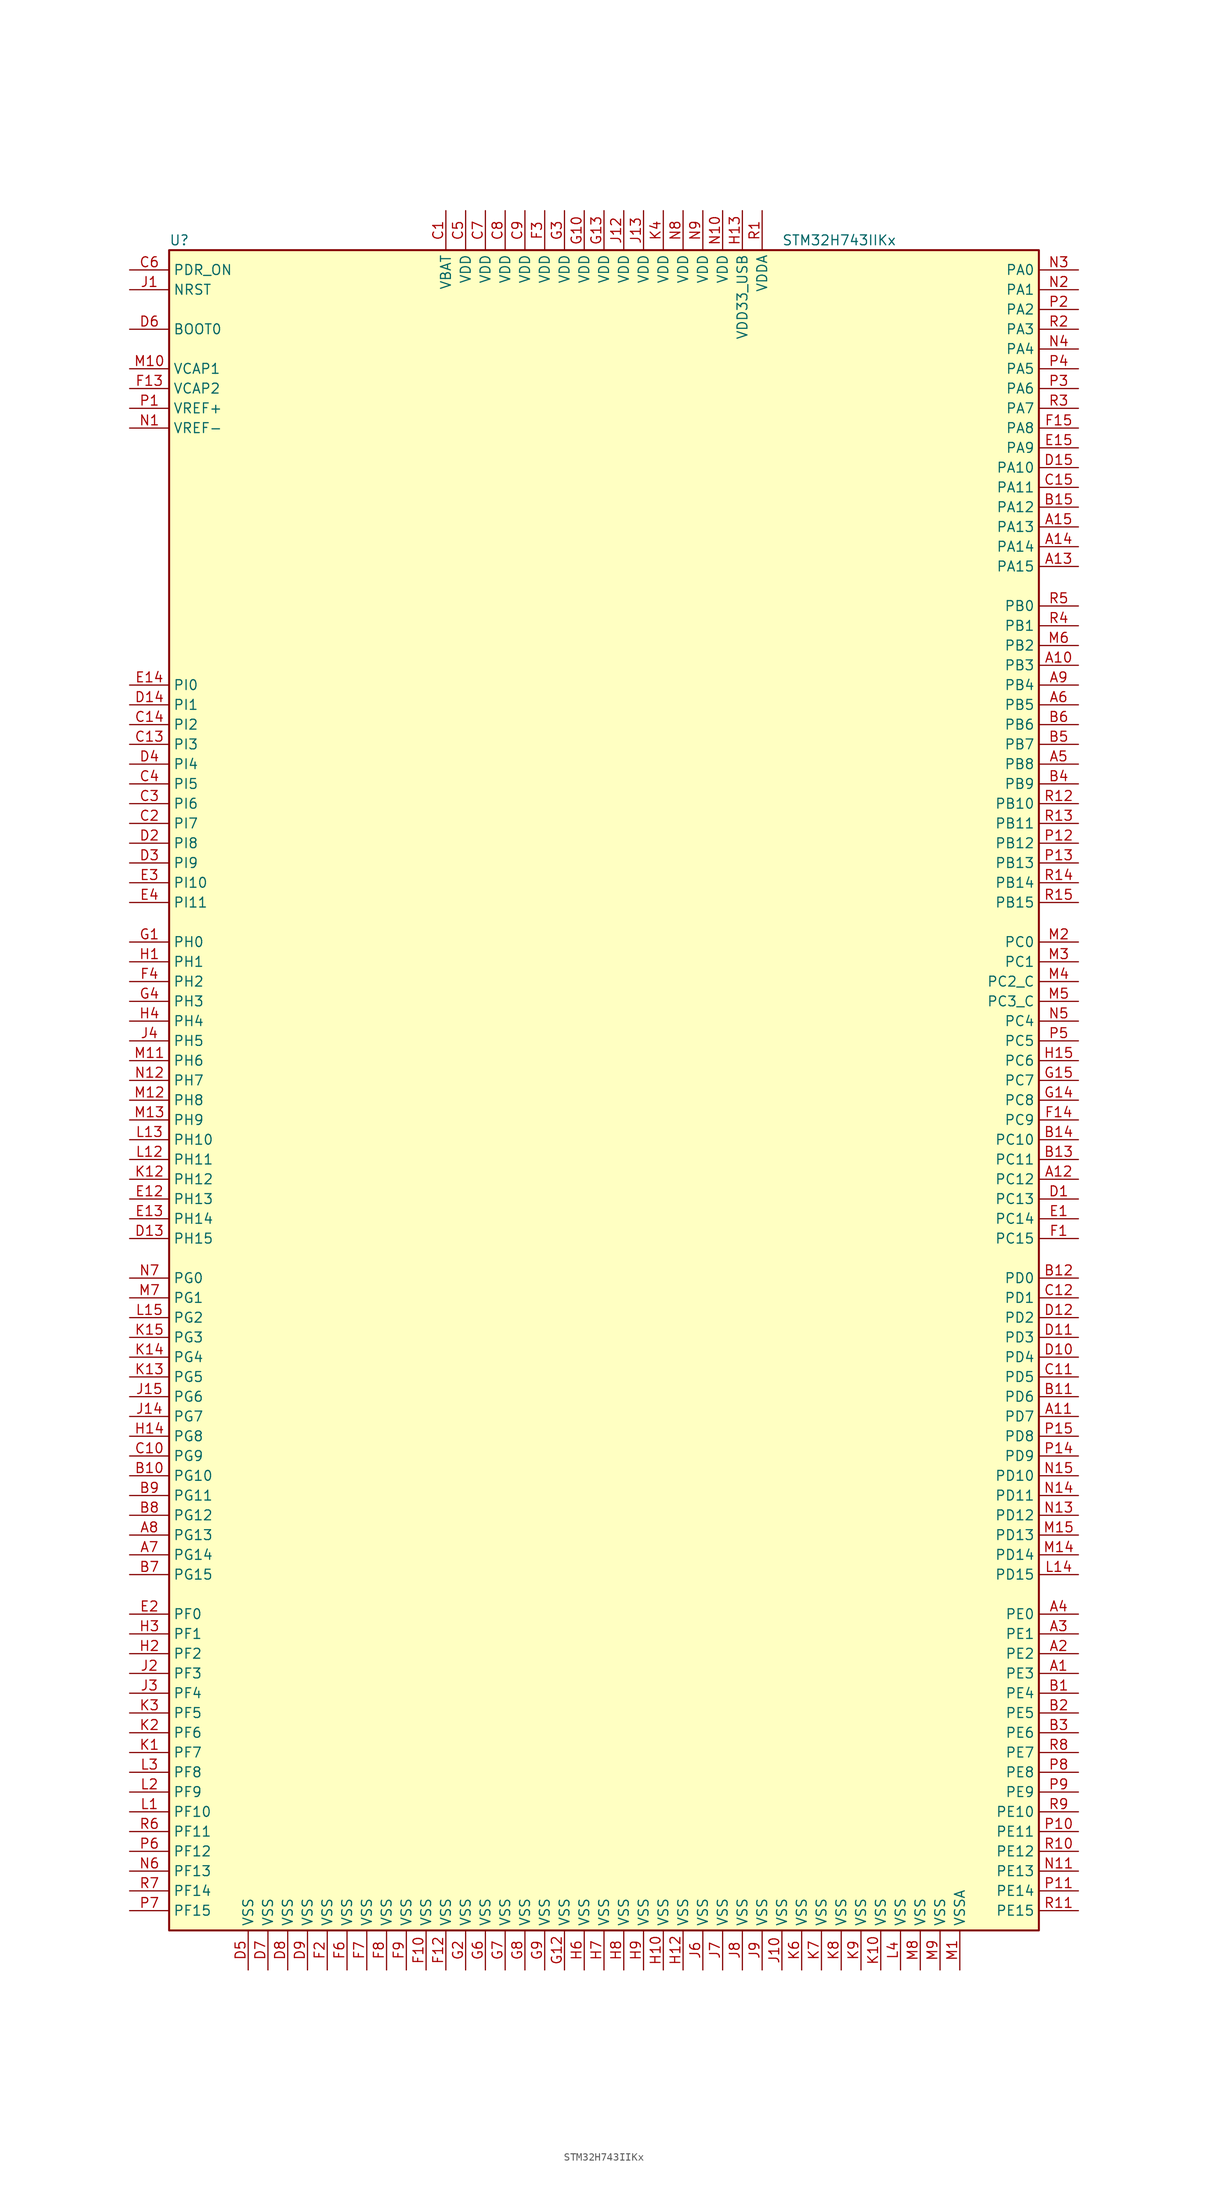
<source format=kicad_sym>
(kicad_symbol_lib
  (version 20201005)
  (generator kicad_symbol_editor)
  (symbol "MCU_ST_STM32H7:STM32H743IIKx"
    (property "Reference" "U"
      (at -55.88 107.95 0)
      (effects (font (size 1.27 1.27)) (justify left)))
    (property "Value" "STM32H743IIKx"
      (at 22.86 107.95 0)
      (effects (font (size 1.27 1.27)) (justify left)))
    (symbol "STM32H743IIKx_0_1"
      (rectangle (start -55.88 -109.22) (end 55.88 106.68) (stroke (width 0.254)) (fill (type background))))
    (symbol "STM32H743IIKx_1_1"
      (pin input line (at -60.96 96.52 0) (length 5.08) (name "BOOT0" (effects (font (size 1.27 1.27)))) (number "D6" (effects (font (size 1.27 1.27)))))
      (pin input line (at -60.96 101.6 0) (length 5.08) (name "NRST" (effects (font (size 1.27 1.27)))) (number "J1" (effects (font (size 1.27 1.27)))))
      (pin bidirectional line (at 60.96 104.14 180) (length 5.08) (name "PA0" (effects (font (size 1.27 1.27)))) (number "N3" (effects (font (size 1.27 1.27)))))
      (pin bidirectional line (at 60.96 101.6 180) (length 5.08) (name "PA1" (effects (font (size 1.27 1.27)))) (number "N2" (effects (font (size 1.27 1.27)))))
      (pin bidirectional line (at 60.96 78.74 180) (length 5.08) (name "PA10" (effects (font (size 1.27 1.27)))) (number "D15" (effects (font (size 1.27 1.27)))))
      (pin bidirectional line (at 60.96 76.2 180) (length 5.08) (name "PA11" (effects (font (size 1.27 1.27)))) (number "C15" (effects (font (size 1.27 1.27)))))
      (pin bidirectional line (at 60.96 73.66 180) (length 5.08) (name "PA12" (effects (font (size 1.27 1.27)))) (number "B15" (effects (font (size 1.27 1.27)))))
      (pin bidirectional line (at 60.96 71.12 180) (length 5.08) (name "PA13" (effects (font (size 1.27 1.27)))) (number "A15" (effects (font (size 1.27 1.27)))))
      (pin bidirectional line (at 60.96 68.58 180) (length 5.08) (name "PA14" (effects (font (size 1.27 1.27)))) (number "A14" (effects (font (size 1.27 1.27)))))
      (pin bidirectional line (at 60.96 66.04 180) (length 5.08) (name "PA15" (effects (font (size 1.27 1.27)))) (number "A13" (effects (font (size 1.27 1.27)))))
      (pin bidirectional line (at 60.96 99.06 180) (length 5.08) (name "PA2" (effects (font (size 1.27 1.27)))) (number "P2" (effects (font (size 1.27 1.27)))))
      (pin bidirectional line (at 60.96 96.52 180) (length 5.08) (name "PA3" (effects (font (size 1.27 1.27)))) (number "R2" (effects (font (size 1.27 1.27)))))
      (pin bidirectional line (at 60.96 93.98 180) (length 5.08) (name "PA4" (effects (font (size 1.27 1.27)))) (number "N4" (effects (font (size 1.27 1.27)))))
      (pin bidirectional line (at 60.96 91.44 180) (length 5.08) (name "PA5" (effects (font (size 1.27 1.27)))) (number "P4" (effects (font (size 1.27 1.27)))))
      (pin bidirectional line (at 60.96 88.9 180) (length 5.08) (name "PA6" (effects (font (size 1.27 1.27)))) (number "P3" (effects (font (size 1.27 1.27)))))
      (pin bidirectional line (at 60.96 86.36 180) (length 5.08) (name "PA7" (effects (font (size 1.27 1.27)))) (number "R3" (effects (font (size 1.27 1.27)))))
      (pin bidirectional line (at 60.96 83.82 180) (length 5.08) (name "PA8" (effects (font (size 1.27 1.27)))) (number "F15" (effects (font (size 1.27 1.27)))))
      (pin bidirectional line (at 60.96 81.28 180) (length 5.08) (name "PA9" (effects (font (size 1.27 1.27)))) (number "E15" (effects (font (size 1.27 1.27)))))
      (pin bidirectional line (at 60.96 60.96 180) (length 5.08) (name "PB0" (effects (font (size 1.27 1.27)))) (number "R5" (effects (font (size 1.27 1.27)))))
      (pin bidirectional line (at 60.96 58.42 180) (length 5.08) (name "PB1" (effects (font (size 1.27 1.27)))) (number "R4" (effects (font (size 1.27 1.27)))))
      (pin bidirectional line (at 60.96 35.56 180) (length 5.08) (name "PB10" (effects (font (size 1.27 1.27)))) (number "R12" (effects (font (size 1.27 1.27)))))
      (pin bidirectional line (at 60.96 33.02 180) (length 5.08) (name "PB11" (effects (font (size 1.27 1.27)))) (number "R13" (effects (font (size 1.27 1.27)))))
      (pin bidirectional line (at 60.96 30.48 180) (length 5.08) (name "PB12" (effects (font (size 1.27 1.27)))) (number "P12" (effects (font (size 1.27 1.27)))))
      (pin bidirectional line (at 60.96 27.94 180) (length 5.08) (name "PB13" (effects (font (size 1.27 1.27)))) (number "P13" (effects (font (size 1.27 1.27)))))
      (pin bidirectional line (at 60.96 25.4 180) (length 5.08) (name "PB14" (effects (font (size 1.27 1.27)))) (number "R14" (effects (font (size 1.27 1.27)))))
      (pin bidirectional line (at 60.96 22.86 180) (length 5.08) (name "PB15" (effects (font (size 1.27 1.27)))) (number "R15" (effects (font (size 1.27 1.27)))))
      (pin bidirectional line (at 60.96 55.88 180) (length 5.08) (name "PB2" (effects (font (size 1.27 1.27)))) (number "M6" (effects (font (size 1.27 1.27)))))
      (pin bidirectional line (at 60.96 53.34 180) (length 5.08) (name "PB3" (effects (font (size 1.27 1.27)))) (number "A10" (effects (font (size 1.27 1.27)))))
      (pin bidirectional line (at 60.96 50.8 180) (length 5.08) (name "PB4" (effects (font (size 1.27 1.27)))) (number "A9" (effects (font (size 1.27 1.27)))))
      (pin bidirectional line (at 60.96 48.26 180) (length 5.08) (name "PB5" (effects (font (size 1.27 1.27)))) (number "A6" (effects (font (size 1.27 1.27)))))
      (pin bidirectional line (at 60.96 45.72 180) (length 5.08) (name "PB6" (effects (font (size 1.27 1.27)))) (number "B6" (effects (font (size 1.27 1.27)))))
      (pin bidirectional line (at 60.96 43.18 180) (length 5.08) (name "PB7" (effects (font (size 1.27 1.27)))) (number "B5" (effects (font (size 1.27 1.27)))))
      (pin bidirectional line (at 60.96 40.64 180) (length 5.08) (name "PB8" (effects (font (size 1.27 1.27)))) (number "A5" (effects (font (size 1.27 1.27)))))
      (pin bidirectional line (at 60.96 38.1 180) (length 5.08) (name "PB9" (effects (font (size 1.27 1.27)))) (number "B4" (effects (font (size 1.27 1.27)))))
      (pin bidirectional line (at 60.96 17.78 180) (length 5.08) (name "PC0" (effects (font (size 1.27 1.27)))) (number "M2" (effects (font (size 1.27 1.27)))))
      (pin bidirectional line (at 60.96 15.24 180) (length 5.08) (name "PC1" (effects (font (size 1.27 1.27)))) (number "M3" (effects (font (size 1.27 1.27)))))
      (pin bidirectional line (at 60.96 -7.62 180) (length 5.08) (name "PC10" (effects (font (size 1.27 1.27)))) (number "B14" (effects (font (size 1.27 1.27)))))
      (pin bidirectional line (at 60.96 -10.16 180) (length 5.08) (name "PC11" (effects (font (size 1.27 1.27)))) (number "B13" (effects (font (size 1.27 1.27)))))
      (pin bidirectional line (at 60.96 -12.7 180) (length 5.08) (name "PC12" (effects (font (size 1.27 1.27)))) (number "A12" (effects (font (size 1.27 1.27)))))
      (pin bidirectional line (at 60.96 -15.24 180) (length 5.08) (name "PC13" (effects (font (size 1.27 1.27)))) (number "D1" (effects (font (size 1.27 1.27)))))
      (pin bidirectional line (at 60.96 -17.78 180) (length 5.08) (name "PC14" (effects (font (size 1.27 1.27)))) (number "E1" (effects (font (size 1.27 1.27)))))
      (pin bidirectional line (at 60.96 -20.32 180) (length 5.08) (name "PC15" (effects (font (size 1.27 1.27)))) (number "F1" (effects (font (size 1.27 1.27)))))
      (pin bidirectional line (at 60.96 12.7 180) (length 5.08) (name "PC2_C" (effects (font (size 1.27 1.27)))) (number "M4" (effects (font (size 1.27 1.27)))))
      (pin bidirectional line (at 60.96 10.16 180) (length 5.08) (name "PC3_C" (effects (font (size 1.27 1.27)))) (number "M5" (effects (font (size 1.27 1.27)))))
      (pin bidirectional line (at 60.96 7.62 180) (length 5.08) (name "PC4" (effects (font (size 1.27 1.27)))) (number "N5" (effects (font (size 1.27 1.27)))))
      (pin bidirectional line (at 60.96 5.08 180) (length 5.08) (name "PC5" (effects (font (size 1.27 1.27)))) (number "P5" (effects (font (size 1.27 1.27)))))
      (pin bidirectional line (at 60.96 2.54 180) (length 5.08) (name "PC6" (effects (font (size 1.27 1.27)))) (number "H15" (effects (font (size 1.27 1.27)))))
      (pin bidirectional line (at 60.96 0 180) (length 5.08) (name "PC7" (effects (font (size 1.27 1.27)))) (number "G15" (effects (font (size 1.27 1.27)))))
      (pin bidirectional line (at 60.96 -2.54 180) (length 5.08) (name "PC8" (effects (font (size 1.27 1.27)))) (number "G14" (effects (font (size 1.27 1.27)))))
      (pin bidirectional line (at 60.96 -5.08 180) (length 5.08) (name "PC9" (effects (font (size 1.27 1.27)))) (number "F14" (effects (font (size 1.27 1.27)))))
      (pin bidirectional line (at 60.96 -25.4 180) (length 5.08) (name "PD0" (effects (font (size 1.27 1.27)))) (number "B12" (effects (font (size 1.27 1.27)))))
      (pin bidirectional line (at 60.96 -27.94 180) (length 5.08) (name "PD1" (effects (font (size 1.27 1.27)))) (number "C12" (effects (font (size 1.27 1.27)))))
      (pin bidirectional line (at 60.96 -50.8 180) (length 5.08) (name "PD10" (effects (font (size 1.27 1.27)))) (number "N15" (effects (font (size 1.27 1.27)))))
      (pin bidirectional line (at 60.96 -53.34 180) (length 5.08) (name "PD11" (effects (font (size 1.27 1.27)))) (number "N14" (effects (font (size 1.27 1.27)))))
      (pin bidirectional line (at 60.96 -55.88 180) (length 5.08) (name "PD12" (effects (font (size 1.27 1.27)))) (number "N13" (effects (font (size 1.27 1.27)))))
      (pin bidirectional line (at 60.96 -58.42 180) (length 5.08) (name "PD13" (effects (font (size 1.27 1.27)))) (number "M15" (effects (font (size 1.27 1.27)))))
      (pin bidirectional line (at 60.96 -60.96 180) (length 5.08) (name "PD14" (effects (font (size 1.27 1.27)))) (number "M14" (effects (font (size 1.27 1.27)))))
      (pin bidirectional line (at 60.96 -63.5 180) (length 5.08) (name "PD15" (effects (font (size 1.27 1.27)))) (number "L14" (effects (font (size 1.27 1.27)))))
      (pin bidirectional line (at 60.96 -30.48 180) (length 5.08) (name "PD2" (effects (font (size 1.27 1.27)))) (number "D12" (effects (font (size 1.27 1.27)))))
      (pin bidirectional line (at 60.96 -33.02 180) (length 5.08) (name "PD3" (effects (font (size 1.27 1.27)))) (number "D11" (effects (font (size 1.27 1.27)))))
      (pin bidirectional line (at 60.96 -35.56 180) (length 5.08) (name "PD4" (effects (font (size 1.27 1.27)))) (number "D10" (effects (font (size 1.27 1.27)))))
      (pin bidirectional line (at 60.96 -38.1 180) (length 5.08) (name "PD5" (effects (font (size 1.27 1.27)))) (number "C11" (effects (font (size 1.27 1.27)))))
      (pin bidirectional line (at 60.96 -40.64 180) (length 5.08) (name "PD6" (effects (font (size 1.27 1.27)))) (number "B11" (effects (font (size 1.27 1.27)))))
      (pin bidirectional line (at 60.96 -43.18 180) (length 5.08) (name "PD7" (effects (font (size 1.27 1.27)))) (number "A11" (effects (font (size 1.27 1.27)))))
      (pin bidirectional line (at 60.96 -45.72 180) (length 5.08) (name "PD8" (effects (font (size 1.27 1.27)))) (number "P15" (effects (font (size 1.27 1.27)))))
      (pin bidirectional line (at 60.96 -48.26 180) (length 5.08) (name "PD9" (effects (font (size 1.27 1.27)))) (number "P14" (effects (font (size 1.27 1.27)))))
      (pin input line (at -60.96 104.14 0) (length 5.08) (name "PDR_ON" (effects (font (size 1.27 1.27)))) (number "C6" (effects (font (size 1.27 1.27)))))
      (pin bidirectional line (at 60.96 -68.58 180) (length 5.08) (name "PE0" (effects (font (size 1.27 1.27)))) (number "A4" (effects (font (size 1.27 1.27)))))
      (pin bidirectional line (at 60.96 -71.12 180) (length 5.08) (name "PE1" (effects (font (size 1.27 1.27)))) (number "A3" (effects (font (size 1.27 1.27)))))
      (pin bidirectional line (at 60.96 -93.98 180) (length 5.08) (name "PE10" (effects (font (size 1.27 1.27)))) (number "R9" (effects (font (size 1.27 1.27)))))
      (pin bidirectional line (at 60.96 -96.52 180) (length 5.08) (name "PE11" (effects (font (size 1.27 1.27)))) (number "P10" (effects (font (size 1.27 1.27)))))
      (pin bidirectional line (at 60.96 -99.06 180) (length 5.08) (name "PE12" (effects (font (size 1.27 1.27)))) (number "R10" (effects (font (size 1.27 1.27)))))
      (pin bidirectional line (at 60.96 -101.6 180) (length 5.08) (name "PE13" (effects (font (size 1.27 1.27)))) (number "N11" (effects (font (size 1.27 1.27)))))
      (pin bidirectional line (at 60.96 -104.14 180) (length 5.08) (name "PE14" (effects (font (size 1.27 1.27)))) (number "P11" (effects (font (size 1.27 1.27)))))
      (pin bidirectional line (at 60.96 -106.68 180) (length 5.08) (name "PE15" (effects (font (size 1.27 1.27)))) (number "R11" (effects (font (size 1.27 1.27)))))
      (pin bidirectional line (at 60.96 -73.66 180) (length 5.08) (name "PE2" (effects (font (size 1.27 1.27)))) (number "A2" (effects (font (size 1.27 1.27)))))
      (pin bidirectional line (at 60.96 -76.2 180) (length 5.08) (name "PE3" (effects (font (size 1.27 1.27)))) (number "A1" (effects (font (size 1.27 1.27)))))
      (pin bidirectional line (at 60.96 -78.74 180) (length 5.08) (name "PE4" (effects (font (size 1.27 1.27)))) (number "B1" (effects (font (size 1.27 1.27)))))
      (pin bidirectional line (at 60.96 -81.28 180) (length 5.08) (name "PE5" (effects (font (size 1.27 1.27)))) (number "B2" (effects (font (size 1.27 1.27)))))
      (pin bidirectional line (at 60.96 -83.82 180) (length 5.08) (name "PE6" (effects (font (size 1.27 1.27)))) (number "B3" (effects (font (size 1.27 1.27)))))
      (pin bidirectional line (at 60.96 -86.36 180) (length 5.08) (name "PE7" (effects (font (size 1.27 1.27)))) (number "R8" (effects (font (size 1.27 1.27)))))
      (pin bidirectional line (at 60.96 -88.9 180) (length 5.08) (name "PE8" (effects (font (size 1.27 1.27)))) (number "P8" (effects (font (size 1.27 1.27)))))
      (pin bidirectional line (at 60.96 -91.44 180) (length 5.08) (name "PE9" (effects (font (size 1.27 1.27)))) (number "P9" (effects (font (size 1.27 1.27)))))
      (pin bidirectional line (at -60.96 -68.58 0) (length 5.08) (name "PF0" (effects (font (size 1.27 1.27)))) (number "E2" (effects (font (size 1.27 1.27)))))
      (pin bidirectional line (at -60.96 -71.12 0) (length 5.08) (name "PF1" (effects (font (size 1.27 1.27)))) (number "H3" (effects (font (size 1.27 1.27)))))
      (pin bidirectional line (at -60.96 -93.98 0) (length 5.08) (name "PF10" (effects (font (size 1.27 1.27)))) (number "L1" (effects (font (size 1.27 1.27)))))
      (pin bidirectional line (at -60.96 -96.52 0) (length 5.08) (name "PF11" (effects (font (size 1.27 1.27)))) (number "R6" (effects (font (size 1.27 1.27)))))
      (pin bidirectional line (at -60.96 -99.06 0) (length 5.08) (name "PF12" (effects (font (size 1.27 1.27)))) (number "P6" (effects (font (size 1.27 1.27)))))
      (pin bidirectional line (at -60.96 -101.6 0) (length 5.08) (name "PF13" (effects (font (size 1.27 1.27)))) (number "N6" (effects (font (size 1.27 1.27)))))
      (pin bidirectional line (at -60.96 -104.14 0) (length 5.08) (name "PF14" (effects (font (size 1.27 1.27)))) (number "R7" (effects (font (size 1.27 1.27)))))
      (pin bidirectional line (at -60.96 -106.68 0) (length 5.08) (name "PF15" (effects (font (size 1.27 1.27)))) (number "P7" (effects (font (size 1.27 1.27)))))
      (pin bidirectional line (at -60.96 -73.66 0) (length 5.08) (name "PF2" (effects (font (size 1.27 1.27)))) (number "H2" (effects (font (size 1.27 1.27)))))
      (pin bidirectional line (at -60.96 -76.2 0) (length 5.08) (name "PF3" (effects (font (size 1.27 1.27)))) (number "J2" (effects (font (size 1.27 1.27)))))
      (pin bidirectional line (at -60.96 -78.74 0) (length 5.08) (name "PF4" (effects (font (size 1.27 1.27)))) (number "J3" (effects (font (size 1.27 1.27)))))
      (pin bidirectional line (at -60.96 -81.28 0) (length 5.08) (name "PF5" (effects (font (size 1.27 1.27)))) (number "K3" (effects (font (size 1.27 1.27)))))
      (pin bidirectional line (at -60.96 -83.82 0) (length 5.08) (name "PF6" (effects (font (size 1.27 1.27)))) (number "K2" (effects (font (size 1.27 1.27)))))
      (pin bidirectional line (at -60.96 -86.36 0) (length 5.08) (name "PF7" (effects (font (size 1.27 1.27)))) (number "K1" (effects (font (size 1.27 1.27)))))
      (pin bidirectional line (at -60.96 -88.9 0) (length 5.08) (name "PF8" (effects (font (size 1.27 1.27)))) (number "L3" (effects (font (size 1.27 1.27)))))
      (pin bidirectional line (at -60.96 -91.44 0) (length 5.08) (name "PF9" (effects (font (size 1.27 1.27)))) (number "L2" (effects (font (size 1.27 1.27)))))
      (pin bidirectional line (at -60.96 -25.4 0) (length 5.08) (name "PG0" (effects (font (size 1.27 1.27)))) (number "N7" (effects (font (size 1.27 1.27)))))
      (pin bidirectional line (at -60.96 -27.94 0) (length 5.08) (name "PG1" (effects (font (size 1.27 1.27)))) (number "M7" (effects (font (size 1.27 1.27)))))
      (pin bidirectional line (at -60.96 -50.8 0) (length 5.08) (name "PG10" (effects (font (size 1.27 1.27)))) (number "B10" (effects (font (size 1.27 1.27)))))
      (pin bidirectional line (at -60.96 -53.34 0) (length 5.08) (name "PG11" (effects (font (size 1.27 1.27)))) (number "B9" (effects (font (size 1.27 1.27)))))
      (pin bidirectional line (at -60.96 -55.88 0) (length 5.08) (name "PG12" (effects (font (size 1.27 1.27)))) (number "B8" (effects (font (size 1.27 1.27)))))
      (pin bidirectional line (at -60.96 -58.42 0) (length 5.08) (name "PG13" (effects (font (size 1.27 1.27)))) (number "A8" (effects (font (size 1.27 1.27)))))
      (pin bidirectional line (at -60.96 -60.96 0) (length 5.08) (name "PG14" (effects (font (size 1.27 1.27)))) (number "A7" (effects (font (size 1.27 1.27)))))
      (pin bidirectional line (at -60.96 -63.5 0) (length 5.08) (name "PG15" (effects (font (size 1.27 1.27)))) (number "B7" (effects (font (size 1.27 1.27)))))
      (pin bidirectional line (at -60.96 -30.48 0) (length 5.08) (name "PG2" (effects (font (size 1.27 1.27)))) (number "L15" (effects (font (size 1.27 1.27)))))
      (pin bidirectional line (at -60.96 -33.02 0) (length 5.08) (name "PG3" (effects (font (size 1.27 1.27)))) (number "K15" (effects (font (size 1.27 1.27)))))
      (pin bidirectional line (at -60.96 -35.56 0) (length 5.08) (name "PG4" (effects (font (size 1.27 1.27)))) (number "K14" (effects (font (size 1.27 1.27)))))
      (pin bidirectional line (at -60.96 -38.1 0) (length 5.08) (name "PG5" (effects (font (size 1.27 1.27)))) (number "K13" (effects (font (size 1.27 1.27)))))
      (pin bidirectional line (at -60.96 -40.64 0) (length 5.08) (name "PG6" (effects (font (size 1.27 1.27)))) (number "J15" (effects (font (size 1.27 1.27)))))
      (pin bidirectional line (at -60.96 -43.18 0) (length 5.08) (name "PG7" (effects (font (size 1.27 1.27)))) (number "J14" (effects (font (size 1.27 1.27)))))
      (pin bidirectional line (at -60.96 -45.72 0) (length 5.08) (name "PG8" (effects (font (size 1.27 1.27)))) (number "H14" (effects (font (size 1.27 1.27)))))
      (pin bidirectional line (at -60.96 -48.26 0) (length 5.08) (name "PG9" (effects (font (size 1.27 1.27)))) (number "C10" (effects (font (size 1.27 1.27)))))
      (pin input line (at -60.96 17.78 0) (length 5.08) (name "PH0" (effects (font (size 1.27 1.27)))) (number "G1" (effects (font (size 1.27 1.27)))))
      (pin input line (at -60.96 15.24 0) (length 5.08) (name "PH1" (effects (font (size 1.27 1.27)))) (number "H1" (effects (font (size 1.27 1.27)))))
      (pin bidirectional line (at -60.96 -7.62 0) (length 5.08) (name "PH10" (effects (font (size 1.27 1.27)))) (number "L13" (effects (font (size 1.27 1.27)))))
      (pin bidirectional line (at -60.96 -10.16 0) (length 5.08) (name "PH11" (effects (font (size 1.27 1.27)))) (number "L12" (effects (font (size 1.27 1.27)))))
      (pin bidirectional line (at -60.96 -12.7 0) (length 5.08) (name "PH12" (effects (font (size 1.27 1.27)))) (number "K12" (effects (font (size 1.27 1.27)))))
      (pin bidirectional line (at -60.96 -15.24 0) (length 5.08) (name "PH13" (effects (font (size 1.27 1.27)))) (number "E12" (effects (font (size 1.27 1.27)))))
      (pin bidirectional line (at -60.96 -17.78 0) (length 5.08) (name "PH14" (effects (font (size 1.27 1.27)))) (number "E13" (effects (font (size 1.27 1.27)))))
      (pin bidirectional line (at -60.96 -20.32 0) (length 5.08) (name "PH15" (effects (font (size 1.27 1.27)))) (number "D13" (effects (font (size 1.27 1.27)))))
      (pin bidirectional line (at -60.96 12.7 0) (length 5.08) (name "PH2" (effects (font (size 1.27 1.27)))) (number "F4" (effects (font (size 1.27 1.27)))))
      (pin bidirectional line (at -60.96 10.16 0) (length 5.08) (name "PH3" (effects (font (size 1.27 1.27)))) (number "G4" (effects (font (size 1.27 1.27)))))
      (pin bidirectional line (at -60.96 7.62 0) (length 5.08) (name "PH4" (effects (font (size 1.27 1.27)))) (number "H4" (effects (font (size 1.27 1.27)))))
      (pin bidirectional line (at -60.96 5.08 0) (length 5.08) (name "PH5" (effects (font (size 1.27 1.27)))) (number "J4" (effects (font (size 1.27 1.27)))))
      (pin bidirectional line (at -60.96 2.54 0) (length 5.08) (name "PH6" (effects (font (size 1.27 1.27)))) (number "M11" (effects (font (size 1.27 1.27)))))
      (pin bidirectional line (at -60.96 0 0) (length 5.08) (name "PH7" (effects (font (size 1.27 1.27)))) (number "N12" (effects (font (size 1.27 1.27)))))
      (pin bidirectional line (at -60.96 -2.54 0) (length 5.08) (name "PH8" (effects (font (size 1.27 1.27)))) (number "M12" (effects (font (size 1.27 1.27)))))
      (pin bidirectional line (at -60.96 -5.08 0) (length 5.08) (name "PH9" (effects (font (size 1.27 1.27)))) (number "M13" (effects (font (size 1.27 1.27)))))
      (pin bidirectional line (at -60.96 50.8 0) (length 5.08) (name "PI0" (effects (font (size 1.27 1.27)))) (number "E14" (effects (font (size 1.27 1.27)))))
      (pin bidirectional line (at -60.96 48.26 0) (length 5.08) (name "PI1" (effects (font (size 1.27 1.27)))) (number "D14" (effects (font (size 1.27 1.27)))))
      (pin bidirectional line (at -60.96 25.4 0) (length 5.08) (name "PI10" (effects (font (size 1.27 1.27)))) (number "E3" (effects (font (size 1.27 1.27)))))
      (pin bidirectional line (at -60.96 22.86 0) (length 5.08) (name "PI11" (effects (font (size 1.27 1.27)))) (number "E4" (effects (font (size 1.27 1.27)))))
      (pin bidirectional line (at -60.96 45.72 0) (length 5.08) (name "PI2" (effects (font (size 1.27 1.27)))) (number "C14" (effects (font (size 1.27 1.27)))))
      (pin bidirectional line (at -60.96 43.18 0) (length 5.08) (name "PI3" (effects (font (size 1.27 1.27)))) (number "C13" (effects (font (size 1.27 1.27)))))
      (pin bidirectional line (at -60.96 40.64 0) (length 5.08) (name "PI4" (effects (font (size 1.27 1.27)))) (number "D4" (effects (font (size 1.27 1.27)))))
      (pin bidirectional line (at -60.96 38.1 0) (length 5.08) (name "PI5" (effects (font (size 1.27 1.27)))) (number "C4" (effects (font (size 1.27 1.27)))))
      (pin bidirectional line (at -60.96 35.56 0) (length 5.08) (name "PI6" (effects (font (size 1.27 1.27)))) (number "C3" (effects (font (size 1.27 1.27)))))
      (pin bidirectional line (at -60.96 33.02 0) (length 5.08) (name "PI7" (effects (font (size 1.27 1.27)))) (number "C2" (effects (font (size 1.27 1.27)))))
      (pin bidirectional line (at -60.96 30.48 0) (length 5.08) (name "PI8" (effects (font (size 1.27 1.27)))) (number "D2" (effects (font (size 1.27 1.27)))))
      (pin bidirectional line (at -60.96 27.94 0) (length 5.08) (name "PI9" (effects (font (size 1.27 1.27)))) (number "D3" (effects (font (size 1.27 1.27)))))
      (pin power_in line (at -20.32 111.76 270) (length 5.08) (name "VBAT" (effects (font (size 1.27 1.27)))) (number "C1" (effects (font (size 1.27 1.27)))))
      (pin power_in line (at -60.96 91.44 0) (length 5.08) (name "VCAP1" (effects (font (size 1.27 1.27)))) (number "M10" (effects (font (size 1.27 1.27)))))
      (pin power_in line (at -60.96 88.9 0) (length 5.08) (name "VCAP2" (effects (font (size 1.27 1.27)))) (number "F13" (effects (font (size 1.27 1.27)))))
      (pin power_in line (at -17.78 111.76 270) (length 5.08) (name "VDD" (effects (font (size 1.27 1.27)))) (number "C5" (effects (font (size 1.27 1.27)))))
      (pin power_in line (at -15.24 111.76 270) (length 5.08) (name "VDD" (effects (font (size 1.27 1.27)))) (number "C7" (effects (font (size 1.27 1.27)))))
      (pin power_in line (at -12.7 111.76 270) (length 5.08) (name "VDD" (effects (font (size 1.27 1.27)))) (number "C8" (effects (font (size 1.27 1.27)))))
      (pin power_in line (at -10.16 111.76 270) (length 5.08) (name "VDD" (effects (font (size 1.27 1.27)))) (number "C9" (effects (font (size 1.27 1.27)))))
      (pin power_in line (at -7.62 111.76 270) (length 5.08) (name "VDD" (effects (font (size 1.27 1.27)))) (number "F3" (effects (font (size 1.27 1.27)))))
      (pin power_in line (at -2.54 111.76 270) (length 5.08) (name "VDD" (effects (font (size 1.27 1.27)))) (number "G10" (effects (font (size 1.27 1.27)))))
      (pin power_in line (at 0 111.76 270) (length 5.08) (name "VDD" (effects (font (size 1.27 1.27)))) (number "G13" (effects (font (size 1.27 1.27)))))
      (pin power_in line (at -5.08 111.76 270) (length 5.08) (name "VDD" (effects (font (size 1.27 1.27)))) (number "G3" (effects (font (size 1.27 1.27)))))
      (pin power_in line (at 2.54 111.76 270) (length 5.08) (name "VDD" (effects (font (size 1.27 1.27)))) (number "J12" (effects (font (size 1.27 1.27)))))
      (pin power_in line (at 5.08 111.76 270) (length 5.08) (name "VDD" (effects (font (size 1.27 1.27)))) (number "J13" (effects (font (size 1.27 1.27)))))
      (pin power_in line (at 7.62 111.76 270) (length 5.08) (name "VDD" (effects (font (size 1.27 1.27)))) (number "K4" (effects (font (size 1.27 1.27)))))
      (pin power_in line (at 15.24 111.76 270) (length 5.08) (name "VDD" (effects (font (size 1.27 1.27)))) (number "N10" (effects (font (size 1.27 1.27)))))
      (pin power_in line (at 10.16 111.76 270) (length 5.08) (name "VDD" (effects (font (size 1.27 1.27)))) (number "N8" (effects (font (size 1.27 1.27)))))
      (pin power_in line (at 12.7 111.76 270) (length 5.08) (name "VDD" (effects (font (size 1.27 1.27)))) (number "N9" (effects (font (size 1.27 1.27)))))
      (pin power_in line (at 17.78 111.76 270) (length 5.08) (name "VDD33_USB" (effects (font (size 1.27 1.27)))) (number "H13" (effects (font (size 1.27 1.27)))))
      (pin power_in line (at 20.32 111.76 270) (length 5.08) (name "VDDA" (effects (font (size 1.27 1.27)))) (number "R1" (effects (font (size 1.27 1.27)))))
      (pin bidirectional line (at -60.96 86.36 0) (length 5.08) (name "VREF+" (effects (font (size 1.27 1.27)))) (number "P1" (effects (font (size 1.27 1.27)))))
      (pin power_in line (at -60.96 83.82 0) (length 5.08) (name "VREF-" (effects (font (size 1.27 1.27)))) (number "N1" (effects (font (size 1.27 1.27)))))
      (pin power_in line (at -45.72 -114.3 90) (length 5.08) (name "VSS" (effects (font (size 1.27 1.27)))) (number "D5" (effects (font (size 1.27 1.27)))))
      (pin power_in line (at -43.18 -114.3 90) (length 5.08) (name "VSS" (effects (font (size 1.27 1.27)))) (number "D7" (effects (font (size 1.27 1.27)))))
      (pin power_in line (at -40.64 -114.3 90) (length 5.08) (name "VSS" (effects (font (size 1.27 1.27)))) (number "D8" (effects (font (size 1.27 1.27)))))
      (pin power_in line (at -38.1 -114.3 90) (length 5.08) (name "VSS" (effects (font (size 1.27 1.27)))) (number "D9" (effects (font (size 1.27 1.27)))))
      (pin power_in line (at -22.86 -114.3 90) (length 5.08) (name "VSS" (effects (font (size 1.27 1.27)))) (number "F10" (effects (font (size 1.27 1.27)))))
      (pin power_in line (at -20.32 -114.3 90) (length 5.08) (name "VSS" (effects (font (size 1.27 1.27)))) (number "F12" (effects (font (size 1.27 1.27)))))
      (pin power_in line (at -35.56 -114.3 90) (length 5.08) (name "VSS" (effects (font (size 1.27 1.27)))) (number "F2" (effects (font (size 1.27 1.27)))))
      (pin power_in line (at -33.02 -114.3 90) (length 5.08) (name "VSS" (effects (font (size 1.27 1.27)))) (number "F6" (effects (font (size 1.27 1.27)))))
      (pin power_in line (at -30.48 -114.3 90) (length 5.08) (name "VSS" (effects (font (size 1.27 1.27)))) (number "F7" (effects (font (size 1.27 1.27)))))
      (pin power_in line (at -27.94 -114.3 90) (length 5.08) (name "VSS" (effects (font (size 1.27 1.27)))) (number "F8" (effects (font (size 1.27 1.27)))))
      (pin power_in line (at -25.4 -114.3 90) (length 5.08) (name "VSS" (effects (font (size 1.27 1.27)))) (number "F9" (effects (font (size 1.27 1.27)))))
      (pin power_in line (at -5.08 -114.3 90) (length 5.08) (name "VSS" (effects (font (size 1.27 1.27)))) (number "G12" (effects (font (size 1.27 1.27)))))
      (pin power_in line (at -17.78 -114.3 90) (length 5.08) (name "VSS" (effects (font (size 1.27 1.27)))) (number "G2" (effects (font (size 1.27 1.27)))))
      (pin power_in line (at -15.24 -114.3 90) (length 5.08) (name "VSS" (effects (font (size 1.27 1.27)))) (number "G6" (effects (font (size 1.27 1.27)))))
      (pin power_in line (at -12.7 -114.3 90) (length 5.08) (name "VSS" (effects (font (size 1.27 1.27)))) (number "G7" (effects (font (size 1.27 1.27)))))
      (pin power_in line (at -10.16 -114.3 90) (length 5.08) (name "VSS" (effects (font (size 1.27 1.27)))) (number "G8" (effects (font (size 1.27 1.27)))))
      (pin power_in line (at -7.62 -114.3 90) (length 5.08) (name "VSS" (effects (font (size 1.27 1.27)))) (number "G9" (effects (font (size 1.27 1.27)))))
      (pin power_in line (at 7.62 -114.3 90) (length 5.08) (name "VSS" (effects (font (size 1.27 1.27)))) (number "H10" (effects (font (size 1.27 1.27)))))
      (pin power_in line (at 10.16 -114.3 90) (length 5.08) (name "VSS" (effects (font (size 1.27 1.27)))) (number "H12" (effects (font (size 1.27 1.27)))))
      (pin power_in line (at -2.54 -114.3 90) (length 5.08) (name "VSS" (effects (font (size 1.27 1.27)))) (number "H6" (effects (font (size 1.27 1.27)))))
      (pin power_in line (at 0 -114.3 90) (length 5.08) (name "VSS" (effects (font (size 1.27 1.27)))) (number "H7" (effects (font (size 1.27 1.27)))))
      (pin power_in line (at 2.54 -114.3 90) (length 5.08) (name "VSS" (effects (font (size 1.27 1.27)))) (number "H8" (effects (font (size 1.27 1.27)))))
      (pin power_in line (at 5.08 -114.3 90) (length 5.08) (name "VSS" (effects (font (size 1.27 1.27)))) (number "H9" (effects (font (size 1.27 1.27)))))
      (pin power_in line (at 22.86 -114.3 90) (length 5.08) (name "VSS" (effects (font (size 1.27 1.27)))) (number "J10" (effects (font (size 1.27 1.27)))))
      (pin power_in line (at 12.7 -114.3 90) (length 5.08) (name "VSS" (effects (font (size 1.27 1.27)))) (number "J6" (effects (font (size 1.27 1.27)))))
      (pin power_in line (at 15.24 -114.3 90) (length 5.08) (name "VSS" (effects (font (size 1.27 1.27)))) (number "J7" (effects (font (size 1.27 1.27)))))
      (pin power_in line (at 17.78 -114.3 90) (length 5.08) (name "VSS" (effects (font (size 1.27 1.27)))) (number "J8" (effects (font (size 1.27 1.27)))))
      (pin power_in line (at 20.32 -114.3 90) (length 5.08) (name "VSS" (effects (font (size 1.27 1.27)))) (number "J9" (effects (font (size 1.27 1.27)))))
      (pin power_in line (at 35.56 -114.3 90) (length 5.08) (name "VSS" (effects (font (size 1.27 1.27)))) (number "K10" (effects (font (size 1.27 1.27)))))
      (pin power_in line (at 25.4 -114.3 90) (length 5.08) (name "VSS" (effects (font (size 1.27 1.27)))) (number "K6" (effects (font (size 1.27 1.27)))))
      (pin power_in line (at 27.94 -114.3 90) (length 5.08) (name "VSS" (effects (font (size 1.27 1.27)))) (number "K7" (effects (font (size 1.27 1.27)))))
      (pin power_in line (at 30.48 -114.3 90) (length 5.08) (name "VSS" (effects (font (size 1.27 1.27)))) (number "K8" (effects (font (size 1.27 1.27)))))
      (pin power_in line (at 33.02 -114.3 90) (length 5.08) (name "VSS" (effects (font (size 1.27 1.27)))) (number "K9" (effects (font (size 1.27 1.27)))))
      (pin power_in line (at 38.1 -114.3 90) (length 5.08) (name "VSS" (effects (font (size 1.27 1.27)))) (number "L4" (effects (font (size 1.27 1.27)))))
      (pin power_in line (at 40.64 -114.3 90) (length 5.08) (name "VSS" (effects (font (size 1.27 1.27)))) (number "M8" (effects (font (size 1.27 1.27)))))
      (pin power_in line (at 43.18 -114.3 90) (length 5.08) (name "VSS" (effects (font (size 1.27 1.27)))) (number "M9" (effects (font (size 1.27 1.27)))))
      (pin power_in line (at 45.72 -114.3 90) (length 5.08) (name "VSSA" (effects (font (size 1.27 1.27)))) (number "M1" (effects (font (size 1.27 1.27))))))))
</source>
